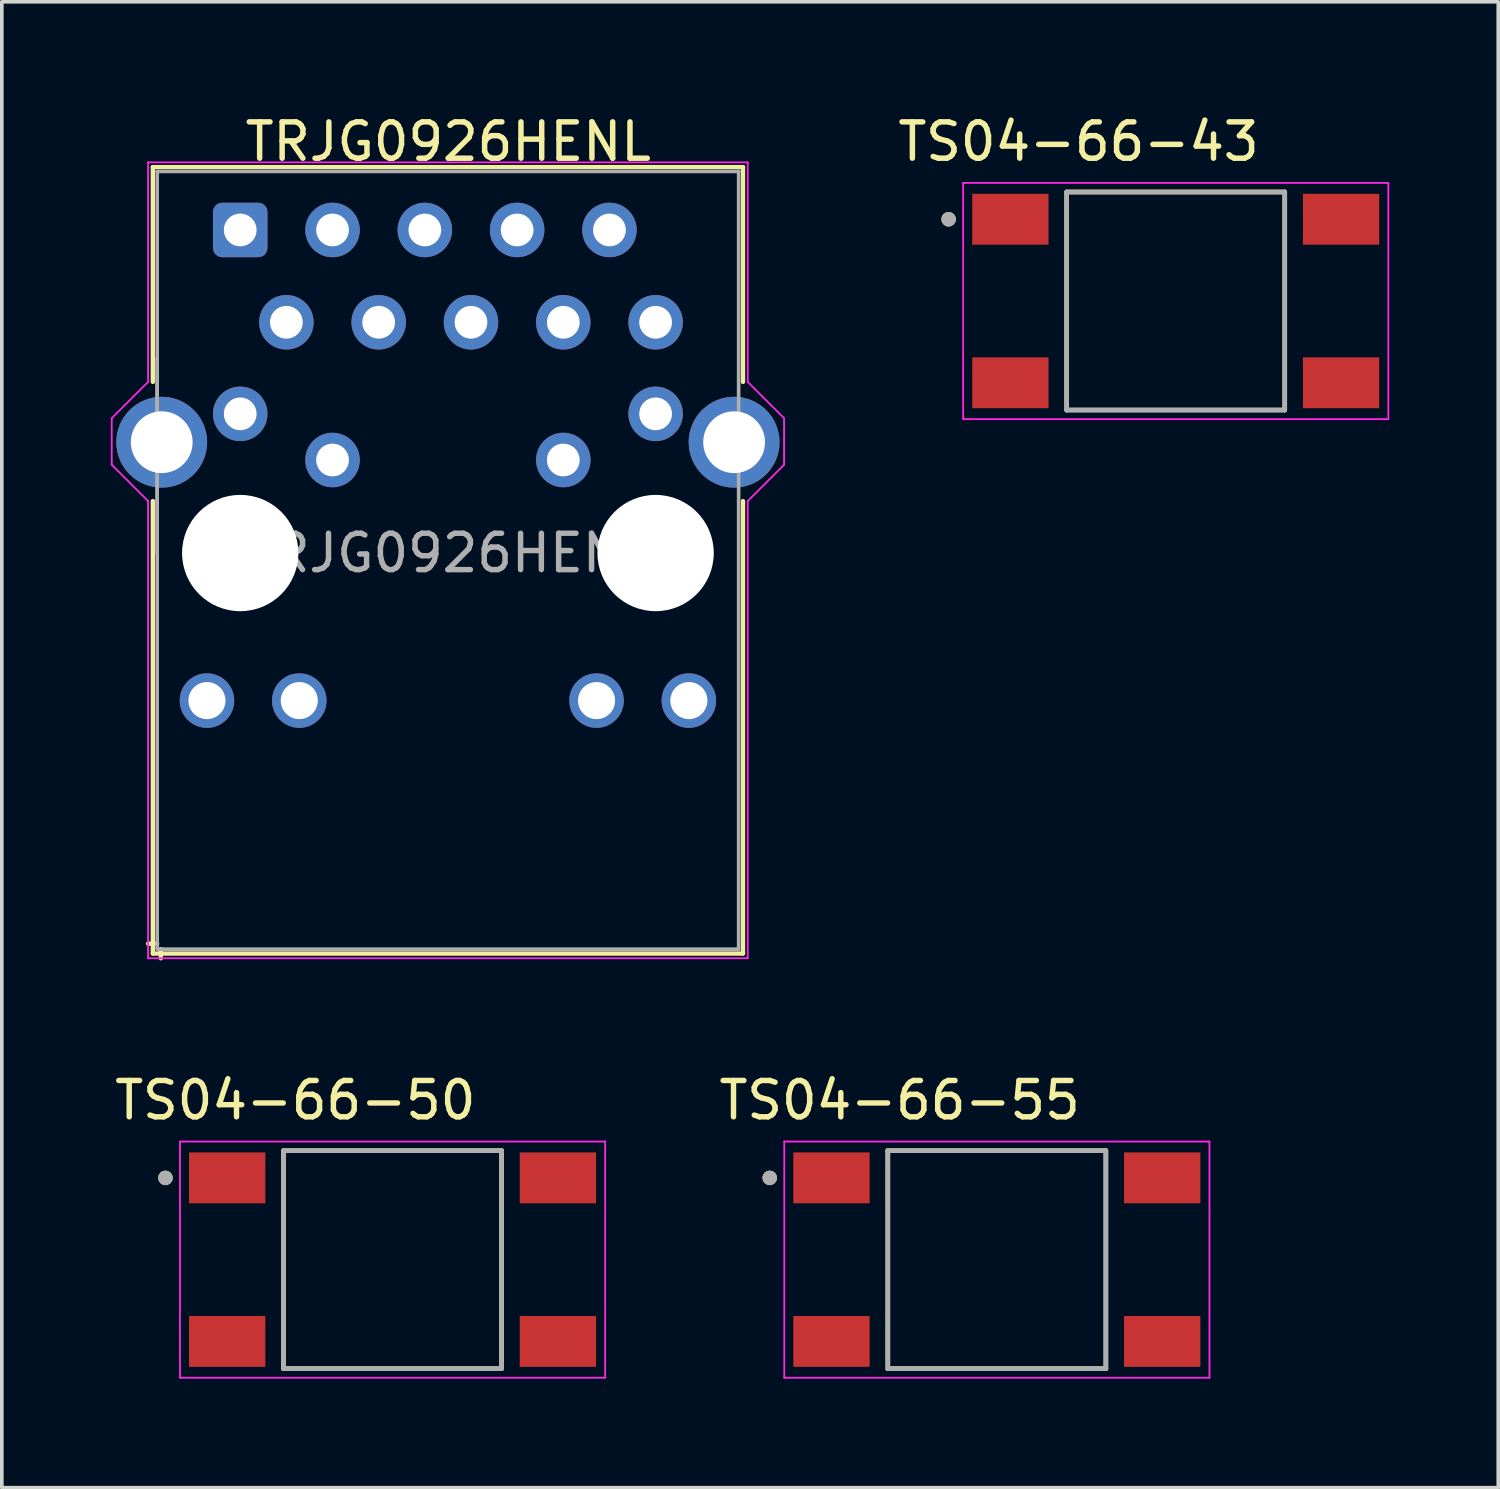
<source format=kicad_pcb>
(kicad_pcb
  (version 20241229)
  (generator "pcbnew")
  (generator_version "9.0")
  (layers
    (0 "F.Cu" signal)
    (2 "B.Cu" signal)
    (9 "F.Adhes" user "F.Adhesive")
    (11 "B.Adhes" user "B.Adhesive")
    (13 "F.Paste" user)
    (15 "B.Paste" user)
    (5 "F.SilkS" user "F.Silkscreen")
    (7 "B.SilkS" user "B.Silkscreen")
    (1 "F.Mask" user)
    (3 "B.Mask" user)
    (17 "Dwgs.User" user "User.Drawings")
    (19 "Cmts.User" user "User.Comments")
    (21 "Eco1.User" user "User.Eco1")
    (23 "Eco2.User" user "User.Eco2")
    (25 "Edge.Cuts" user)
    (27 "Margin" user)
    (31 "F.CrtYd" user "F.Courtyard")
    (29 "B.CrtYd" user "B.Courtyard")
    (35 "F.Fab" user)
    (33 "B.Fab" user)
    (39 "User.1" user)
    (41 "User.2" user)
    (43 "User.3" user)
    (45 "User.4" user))
  (footprint "TS04-66-43"
    (layer "F.Cu")
    (at 29.302 5.233)
    (property "Reference" "TS04-66-43" (at -2.675 -4.385 0) (layer "F.SilkS") (effects (font (size 1 1) (thickness 0.15))))
    (attr smd)
    (fp_line (start -3 -3) (end -3 3) (stroke (width 0.127) (type solid)) (layer "F.SilkS"))
    (fp_line (start -3 3) (end 3 3) (stroke (width 0.127) (type solid)) (layer "F.SilkS"))
    (fp_line (start 3 -3) (end -3 -3) (stroke (width 0.127) (type solid)) (layer "F.SilkS"))
    (fp_line (start 3 3) (end 3 -3) (stroke (width 0.127) (type solid)) (layer "F.SilkS"))
    (fp_circle (center -6.25 -2.25) (end -6.15 -2.25) (stroke (width 0.2) (type solid)) (fill no) (layer "F.SilkS"))
    (fp_line (start -5.85 -3.25) (end -5.85 3.25) (stroke (width 0.05) (type solid)) (layer "F.CrtYd"))
    (fp_line (start -5.85 3.25) (end 5.85 3.25) (stroke (width 0.05) (type solid)) (layer "F.CrtYd"))
    (fp_line (start 5.85 -3.25) (end -5.85 -3.25) (stroke (width 0.05) (type solid)) (layer "F.CrtYd"))
    (fp_line (start 5.85 3.25) (end 5.85 -3.25) (stroke (width 0.05) (type solid)) (layer "F.CrtYd"))
    (fp_line (start -3 -3) (end -3 3) (stroke (width 0.127) (type solid)) (layer "F.Fab"))
    (fp_line (start -3 3) (end 3 3) (stroke (width 0.127) (type solid)) (layer "F.Fab"))
    (fp_line (start 3 -3) (end -3 -3) (stroke (width 0.127) (type solid)) (layer "F.Fab"))
    (fp_line (start 3 3) (end 3 -3) (stroke (width 0.127) (type solid)) (layer "F.Fab"))
    (fp_circle (center -6.25 -2.25) (end -6.15 -2.25) (stroke (width 0.2) (type solid)) (fill no) (layer "F.Fab"))
    (pad "1" smd rect (at -4.55 -2.25) (size 2.1 1.4) (layers "F.Cu" "F.Mask" "F.Paste"))
    (pad "1" smd rect (at 4.55 -2.25) (size 2.1 1.4) (layers "F.Cu" "F.Mask" "F.Paste"))
    (pad "2" smd rect (at -4.55 2.25) (size 2.1 1.4) (layers "F.Cu" "F.Mask" "F.Paste"))
    (pad "2" smd rect (at 4.55 2.25) (size 2.1 1.4) (layers "F.Cu" "F.Mask" "F.Paste")))
  (footprint "TRJG0926HENL"
    (layer "F.Cu")
    (at 9.275 12.168)
    (property "Reference" "TRJG0926HENL" (at 0.01 -11.32 0) (layer "F.SilkS") (effects (font (size 1 1) (thickness 0.15))))
    (attr through_hole)
    (fp_line (start -8.12 -10.62) (end -8.12 -4.71) (stroke (width 0.12) (type solid)) (layer "F.SilkS"))
    (fp_line (start -8.12 -10.62) (end 8.12 -10.62) (stroke (width 0.12) (type solid)) (layer "F.SilkS"))
    (fp_line (start -8.12 -1.43) (end -8.12 11.02) (stroke (width 0.12) (type solid)) (layer "F.SilkS"))
    (fp_line (start -8 10.75) (end -8.25 10.75) (stroke (width 0.12) (type solid)) (layer "F.SilkS"))
    (fp_line (start -7.9 10.9) (end -7.9 11.15) (stroke (width 0.12) (type solid)) (layer "F.SilkS"))
    (fp_line (start 8.12 -10.62) (end 8.12 -4.71) (stroke (width 0.12) (type solid)) (layer "F.SilkS"))
    (fp_line (start 8.12 -1.43) (end 8.12 11.02) (stroke (width 0.12) (type solid)) (layer "F.SilkS"))
    (fp_line (start 8.12 11.02) (end -8.12 11.02) (stroke (width 0.12) (type solid)) (layer "F.SilkS"))
    (fp_line (start -9.25 -2.43) (end -9.25 -3.71) (stroke (width 0.05) (type solid)) (layer "F.CrtYd"))
    (fp_line (start -9.25 -2.43) (end -8.25 -1.43) (stroke (width 0.05) (type solid)) (layer "F.CrtYd"))
    (fp_line (start -8.25 -10.75) (end 8.25 -10.75) (stroke (width 0.05) (type solid)) (layer "F.CrtYd"))
    (fp_line (start -8.25 -4.71) (end -9.25 -3.71) (stroke (width 0.05) (type solid)) (layer "F.CrtYd"))
    (fp_line (start -8.25 -4.71) (end -8.25 -10.75) (stroke (width 0.05) (type solid)) (layer "F.CrtYd"))
    (fp_line (start -8.25 -1.43) (end -8.25 11.15) (stroke (width 0.05) (type solid)) (layer "F.CrtYd"))
    (fp_line (start -8.25 11.15) (end 8.25 11.15) (stroke (width 0.05) (type solid)) (layer "F.CrtYd"))
    (fp_line (start 8.25 -4.71) (end 8.25 -10.75) (stroke (width 0.05) (type solid)) (layer "F.CrtYd"))
    (fp_line (start 8.25 -4.71) (end 9.25 -3.71) (stroke (width 0.05) (type solid)) (layer "F.CrtYd"))
    (fp_line (start 8.25 -1.43) (end 8.25 11.15) (stroke (width 0.05) (type solid)) (layer "F.CrtYd"))
    (fp_line (start 9.25 -2.43) (end 8.25 -1.43) (stroke (width 0.05) (type solid)) (layer "F.CrtYd"))
    (fp_line (start 9.25 -2.43) (end 9.25 -3.71) (stroke (width 0.05) (type solid)) (layer "F.CrtYd"))
    (fp_line (start -8 -10.5) (end -8 0) (stroke (width 0.1) (type solid)) (layer "F.Fab"))
    (fp_line (start -8 -10.5) (end 8 -10.5) (stroke (width 0.1) (type solid)) (layer "F.Fab"))
    (fp_line (start -8 -5.37) (end -8 10.9) (stroke (width 0.1) (type solid)) (layer "F.Fab"))
    (fp_line (start -8 10.9) (end 8 10.9) (stroke (width 0.1) (type solid)) (layer "F.Fab"))
    (fp_line (start 8 -10.5) (end 8 10.9) (stroke (width 0.1) (type solid)) (layer "F.Fab"))
    (fp_text user "${REFERENCE}" (at 0 0 0) (layer "F.Fab") (effects (font (size 1 1) (thickness 0.15))))
    (pad "" np_thru_hole circle (at -5.715 0) (size 3.2 3.2) (drill 3.2) (layers "*.Cu" "*.Mask"))
    (pad "" np_thru_hole circle (at 5.715 0) (size 3.2 3.2) (drill 3.2) (layers "*.Cu" "*.Mask"))
    (pad "1" thru_hole roundrect (at -5.715 -8.89) (size 1.5 1.5) (drill 0.9) (layers "*.Cu" "*.Mask") (roundrect_rratio 0.167))
    (pad "2" thru_hole circle (at -4.445 -6.35) (size 1.5 1.5) (drill 0.9) (layers "*.Cu" "*.Mask"))
    (pad "3" thru_hole circle (at -3.175 -8.89) (size 1.5 1.5) (drill 0.9) (layers "*.Cu" "*.Mask"))
    (pad "4" thru_hole circle (at -1.905 -6.35) (size 1.5 1.5) (drill 0.9) (layers "*.Cu" "*.Mask"))
    (pad "5" thru_hole circle (at -0.635 -8.89) (size 1.5 1.5) (drill 0.9) (layers "*.Cu" "*.Mask"))
    (pad "6" thru_hole circle (at 0.635 -6.35 90) (size 1.5 1.5) (drill 0.9) (layers "*.Cu" "*.Mask"))
    (pad "7" thru_hole circle (at 1.905 -8.89) (size 1.5 1.5) (drill 0.9) (layers "*.Cu" "*.Mask"))
    (pad "8" thru_hole circle (at 3.175 -6.35) (size 1.5 1.5) (drill 0.9) (layers "*.Cu" "*.Mask"))
    (pad "9" thru_hole circle (at 4.445 -8.89) (size 1.5 1.5) (drill 0.9) (layers "*.Cu" "*.Mask"))
    (pad "10" thru_hole circle (at 5.715 -6.35) (size 1.5 1.5) (drill 0.9) (layers "*.Cu" "*.Mask"))
    (pad "11" thru_hole circle (at -5.715 -3.83) (size 1.5 1.5) (drill 0.9) (layers "*.Cu" "*.Mask"))
    (pad "12" thru_hole circle (at -3.175 -2.56) (size 1.5 1.5) (drill 0.9) (layers "*.Cu" "*.Mask"))
    (pad "13" thru_hole circle (at 3.175 -2.56) (size 1.5 1.5) (drill 0.9) (layers "*.Cu" "*.Mask"))
    (pad "14" thru_hole circle (at 5.715 -3.83) (size 1.5 1.5) (drill 0.9) (layers "*.Cu" "*.Mask"))
    (pad "15" thru_hole circle (at -6.63 4.06) (size 1.5 1.5) (drill 1.02) (layers "*.Cu" "*.Mask"))
    (pad "16" thru_hole circle (at -4.09 4.06) (size 1.5 1.5) (drill 1.02) (layers "*.Cu" "*.Mask"))
    (pad "17" thru_hole circle (at 4.09 4.06) (size 1.5 1.5) (drill 1.02) (layers "*.Cu" "*.Mask"))
    (pad "18" thru_hole circle (at 6.63 4.06) (size 1.5 1.5) (drill 1.02) (layers "*.Cu" "*.Mask"))
    (pad "19" thru_hole circle (at -7.875 -3.05) (size 2.5 2.5) (drill 1.7) (layers "*.Cu" "*.Mask"))
    (pad "20" thru_hole circle (at 7.875 -3.05) (size 2.5 2.5) (drill 1.7) (layers "*.Cu" "*.Mask")))
  (footprint "TS04-66-50"
    (layer "F.Cu")
    (at 7.752 31.611)
    (property "Reference" "TS04-66-50" (at -2.675 -4.385 0) (layer "F.SilkS") (effects (font (size 1 1) (thickness 0.15))))
    (attr smd)
    (fp_line (start -3 -3) (end -3 3) (stroke (width 0.127) (type solid)) (layer "F.SilkS"))
    (fp_line (start -3 3) (end 3 3) (stroke (width 0.127) (type solid)) (layer "F.SilkS"))
    (fp_line (start 3 -3) (end -3 -3) (stroke (width 0.127) (type solid)) (layer "F.SilkS"))
    (fp_line (start 3 3) (end 3 -3) (stroke (width 0.127) (type solid)) (layer "F.SilkS"))
    (fp_circle (center -6.25 -2.25) (end -6.15 -2.25) (stroke (width 0.2) (type solid)) (fill no) (layer "F.SilkS"))
    (fp_line (start -5.85 -3.25) (end -5.85 3.25) (stroke (width 0.05) (type solid)) (layer "F.CrtYd"))
    (fp_line (start -5.85 3.25) (end 5.85 3.25) (stroke (width 0.05) (type solid)) (layer "F.CrtYd"))
    (fp_line (start 5.85 -3.25) (end -5.85 -3.25) (stroke (width 0.05) (type solid)) (layer "F.CrtYd"))
    (fp_line (start 5.85 3.25) (end 5.85 -3.25) (stroke (width 0.05) (type solid)) (layer "F.CrtYd"))
    (fp_line (start -3 -3) (end -3 3) (stroke (width 0.127) (type solid)) (layer "F.Fab"))
    (fp_line (start -3 3) (end 3 3) (stroke (width 0.127) (type solid)) (layer "F.Fab"))
    (fp_line (start 3 -3) (end -3 -3) (stroke (width 0.127) (type solid)) (layer "F.Fab"))
    (fp_line (start 3 3) (end 3 -3) (stroke (width 0.127) (type solid)) (layer "F.Fab"))
    (fp_circle (center -6.25 -2.25) (end -6.15 -2.25) (stroke (width 0.2) (type solid)) (fill no) (layer "F.Fab"))
    (pad "1" smd rect (at -4.55 -2.25) (size 2.1 1.4) (layers "F.Cu" "F.Mask" "F.Paste"))
    (pad "1" smd rect (at 4.55 -2.25) (size 2.1 1.4) (layers "F.Cu" "F.Mask" "F.Paste"))
    (pad "2" smd rect (at -4.55 2.25) (size 2.1 1.4) (layers "F.Cu" "F.Mask" "F.Paste"))
    (pad "2" smd rect (at 4.55 2.25) (size 2.1 1.4) (layers "F.Cu" "F.Mask" "F.Paste")))
  (footprint "TS04-66-55"
    (layer "F.Cu")
    (at 24.38 31.611)
    (property "Reference" "TS04-66-55" (at -2.675 -4.385 0) (layer "F.SilkS") (effects (font (size 1 1) (thickness 0.15))))
    (attr smd)
    (fp_line (start -3 -3) (end -3 3) (stroke (width 0.127) (type solid)) (layer "F.SilkS"))
    (fp_line (start -3 3) (end 3 3) (stroke (width 0.127) (type solid)) (layer "F.SilkS"))
    (fp_line (start 3 -3) (end -3 -3) (stroke (width 0.127) (type solid)) (layer "F.SilkS"))
    (fp_line (start 3 3) (end 3 -3) (stroke (width 0.127) (type solid)) (layer "F.SilkS"))
    (fp_circle (center -6.25 -2.25) (end -6.15 -2.25) (stroke (width 0.2) (type solid)) (fill no) (layer "F.SilkS"))
    (fp_line (start -5.85 -3.25) (end -5.85 3.25) (stroke (width 0.05) (type solid)) (layer "F.CrtYd"))
    (fp_line (start -5.85 3.25) (end 5.85 3.25) (stroke (width 0.05) (type solid)) (layer "F.CrtYd"))
    (fp_line (start 5.85 -3.25) (end -5.85 -3.25) (stroke (width 0.05) (type solid)) (layer "F.CrtYd"))
    (fp_line (start 5.85 3.25) (end 5.85 -3.25) (stroke (width 0.05) (type solid)) (layer "F.CrtYd"))
    (fp_line (start -3 -3) (end -3 3) (stroke (width 0.127) (type solid)) (layer "F.Fab"))
    (fp_line (start -3 3) (end 3 3) (stroke (width 0.127) (type solid)) (layer "F.Fab"))
    (fp_line (start 3 -3) (end -3 -3) (stroke (width 0.127) (type solid)) (layer "F.Fab"))
    (fp_line (start 3 3) (end 3 -3) (stroke (width 0.127) (type solid)) (layer "F.Fab"))
    (fp_circle (center -6.25 -2.25) (end -6.15 -2.25) (stroke (width 0.2) (type solid)) (fill no) (layer "F.Fab"))
    (pad "1" smd rect (at -4.55 -2.25) (size 2.1 1.4) (layers "F.Cu" "F.Mask" "F.Paste"))
    (pad "1" smd rect (at 4.55 -2.25) (size 2.1 1.4) (layers "F.Cu" "F.Mask" "F.Paste"))
    (pad "2" smd rect (at -4.55 2.25) (size 2.1 1.4) (layers "F.Cu" "F.Mask" "F.Paste"))
    (pad "2" smd rect (at 4.55 2.25) (size 2.1 1.4) (layers "F.Cu" "F.Mask" "F.Paste")))
  (gr_rect
    (start -3 -3)
    (end 38.177 37.886)
    (stroke (width 0.1) (type default))
    (fill no)
    (layer "Edge.Cuts")))
</source>
